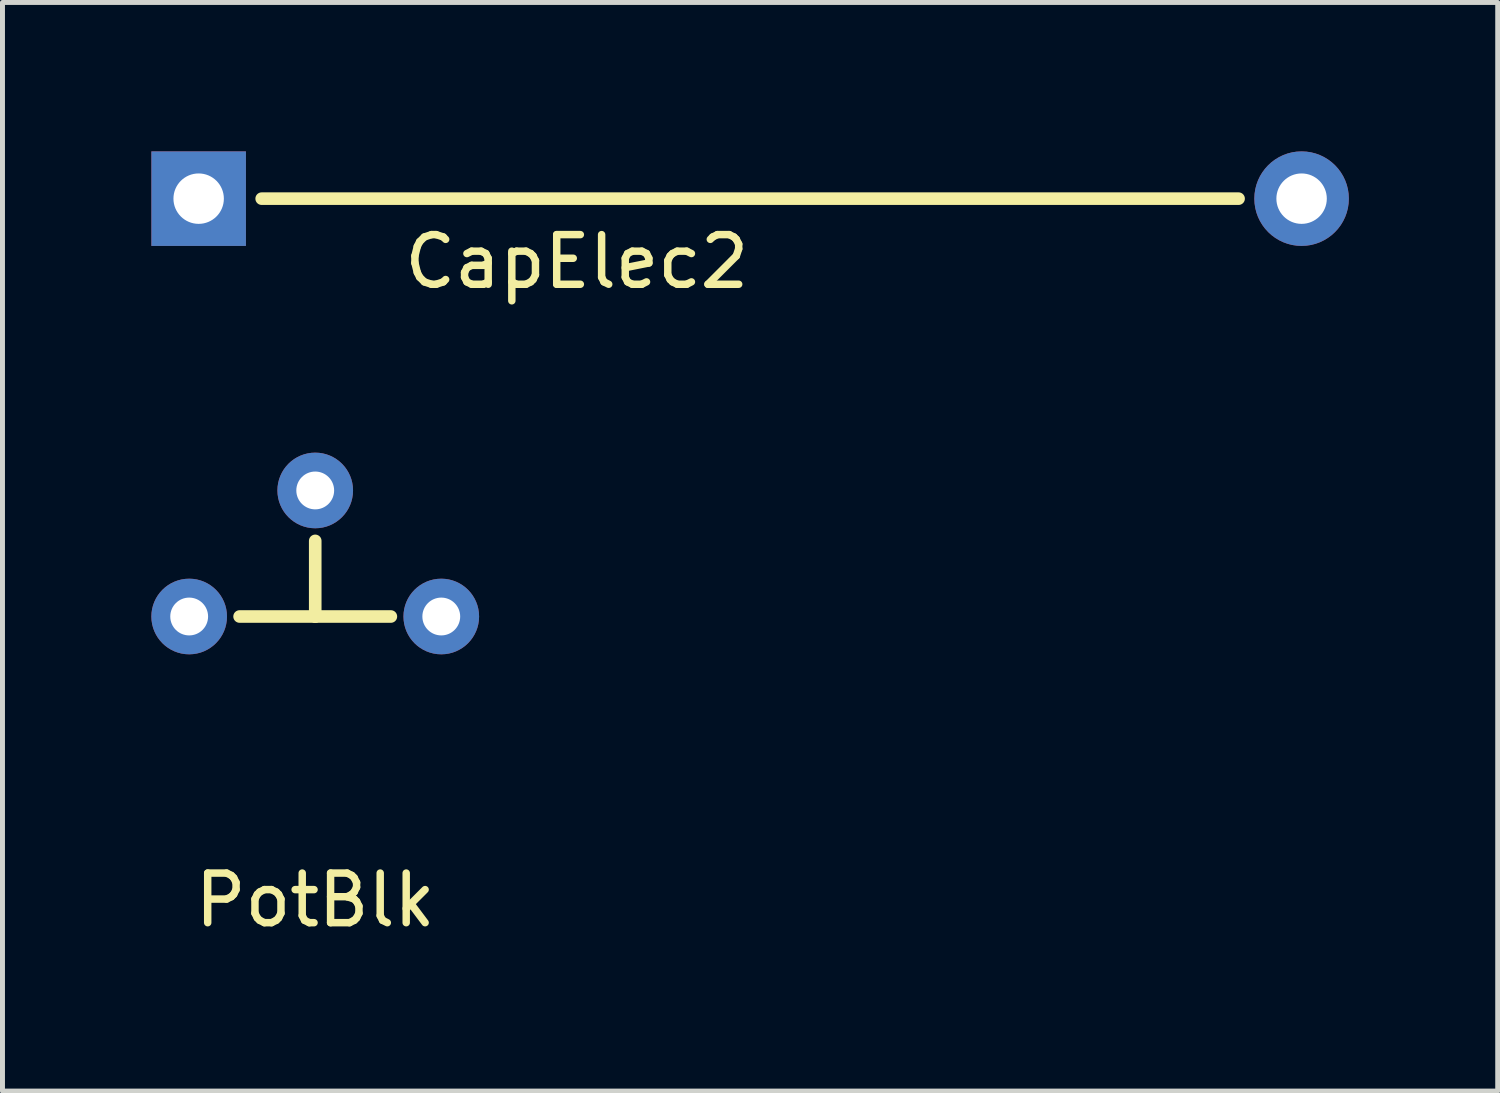
<source format=kicad_pcb>
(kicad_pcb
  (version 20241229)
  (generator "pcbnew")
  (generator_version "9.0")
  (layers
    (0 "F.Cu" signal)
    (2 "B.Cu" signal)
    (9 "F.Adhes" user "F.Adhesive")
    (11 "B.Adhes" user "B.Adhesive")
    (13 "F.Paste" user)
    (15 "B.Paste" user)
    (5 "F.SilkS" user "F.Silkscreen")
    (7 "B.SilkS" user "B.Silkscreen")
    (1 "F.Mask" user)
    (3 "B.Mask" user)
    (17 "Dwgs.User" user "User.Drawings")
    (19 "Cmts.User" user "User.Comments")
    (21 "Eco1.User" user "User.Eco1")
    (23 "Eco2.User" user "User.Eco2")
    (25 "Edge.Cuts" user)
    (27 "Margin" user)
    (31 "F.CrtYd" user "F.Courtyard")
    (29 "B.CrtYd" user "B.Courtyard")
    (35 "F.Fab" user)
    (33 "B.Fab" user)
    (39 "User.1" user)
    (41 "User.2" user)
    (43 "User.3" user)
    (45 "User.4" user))
  (footprint "PotBlk"
    (layer "F.Cu")
    (at 3.302 9.373)
    (property "Reference" "PotBlk" (at 0 5.715 0) (layer "F.SilkS") (effects (font (size 1 1) (thickness 0.15))))
    (attr through_hole)
    (fp_line (start 0 -1.524) (end 0 0) (stroke (width 0.254) (type solid)) (layer "F.SilkS"))
    (fp_line (start 0 0) (end -1.524 0) (stroke (width 0.254) (type solid)) (layer "F.SilkS"))
    (fp_line (start 0 0) (end 1.524 0) (stroke (width 0.254) (type solid)) (layer "F.SilkS"))
    (pad "1" thru_hole circle (at -2.54 0) (size 1.524 1.524) (drill 0.762) (layers "*.Cu" "*.Mask"))
    (pad "2" thru_hole circle (at 0 -2.54) (size 1.524 1.524) (drill 0.762) (layers "*.Cu" "*.Mask"))
    (pad "3" thru_hole circle (at 2.54 0) (size 1.524 1.524) (drill 0.762) (layers "*.Cu" "*.Mask")))
  (footprint "CapElec2"
    (layer "F.Cu")
    (at 11.113 0.953)
    (property "Reference" "CapElec2" (at -2.54 1.27 0) (layer "F.SilkS") (effects (font (size 1 1) (thickness 0.15))))
    (attr through_hole)
    (fp_line (start 10.795 0) (end -8.89 0) (stroke (width 0.254) (type solid)) (layer "F.SilkS"))
    (pad "1" thru_hole rect (at -10.16 0) (size 1.905 1.905) (drill 1.016) (layers "*.Cu" "*.Mask"))
    (pad "2" thru_hole circle (at 12.065 0) (size 1.905 1.905) (drill 1.016) (layers "*.Cu" "*.Mask")))
  (gr_rect
    (start -3 -3)
    (end 27.13 18.936)
    (stroke (width 0.1) (type default))
    (fill no)
    (layer "Edge.Cuts")))
</source>
